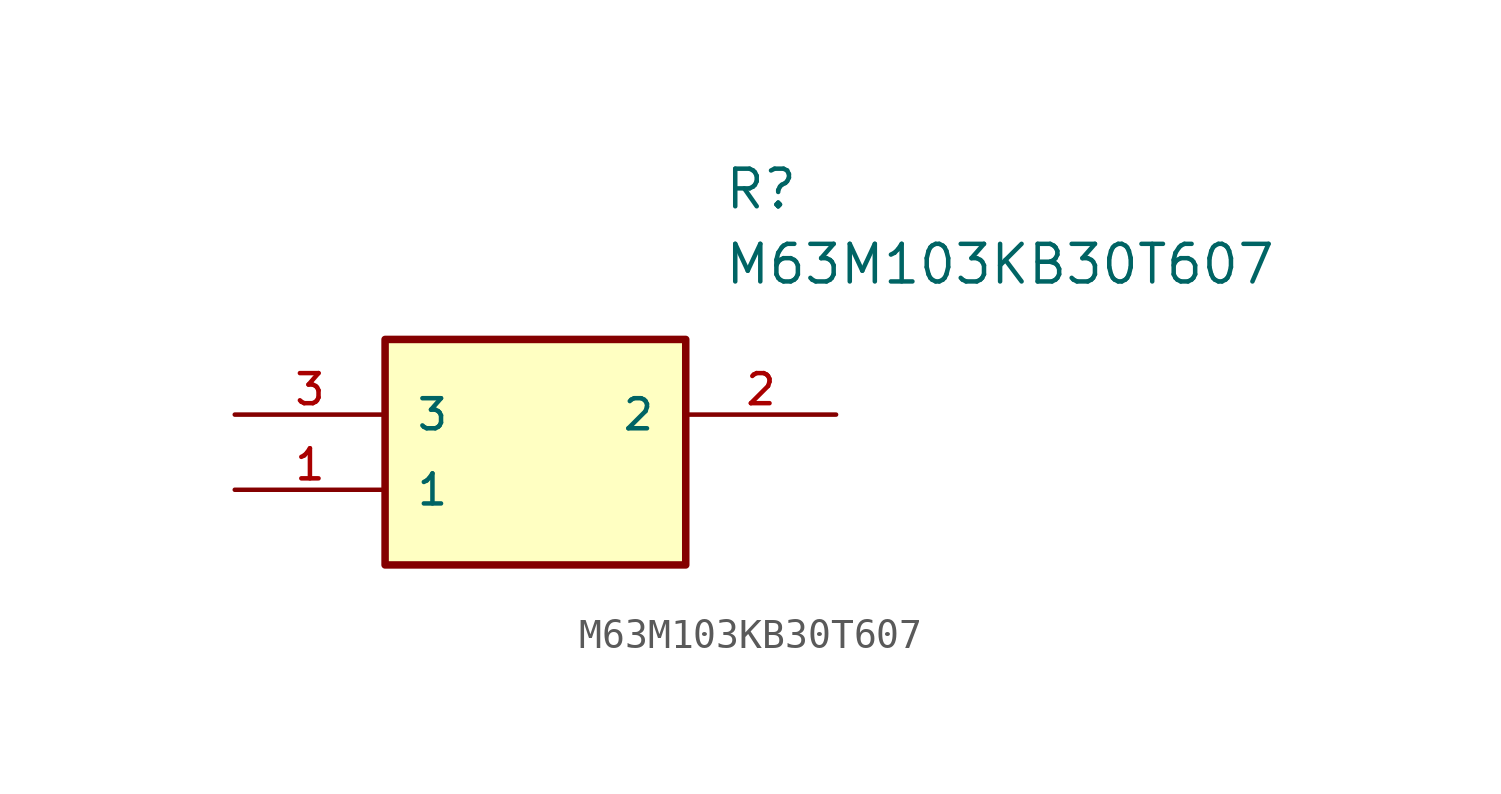
<source format=kicad_sym>
(kicad_symbol_lib
  (version 20231120)
  (generator "kicad_symbol_editor")
  (generator_version "8.0")
  (symbol "M63M103KB30T607"
    (pin_names
      (offset 1.016))
    (property "Reference" "R"
      (at 16.51 7.62 0)
      (effects (font (size 1.27 1.27)) (justify left)))
    (property "Value" "M63M103KB30T607"
      (at 16.51 5.08 0)
      (effects (font (size 1.27 1.27)) (justify left)))
    (symbol "M63M103KB30T607_0_0"
      (rectangle (start 5.08 -5.08) (end 15.24 2.54) (stroke (width 0.254)) (fill (type background)))
      (pin bidirectional line (at 0.0 -2.54 0) (length 5.08) (name "1" (effects (font (size 1.016 1.016)))) (number "1" (effects (font (size 1.016 1.016)))))
      (pin bidirectional line (at 20.32 0.0 180.0) (length 5.08) (name "2" (effects (font (size 1.016 1.016)))) (number "2" (effects (font (size 1.016 1.016)))))
      (pin bidirectional line (at 0.0 0.0 0) (length 5.08) (name "3" (effects (font (size 1.016 1.016)))) (number "3" (effects (font (size 1.016 1.016))))))))
</source>
